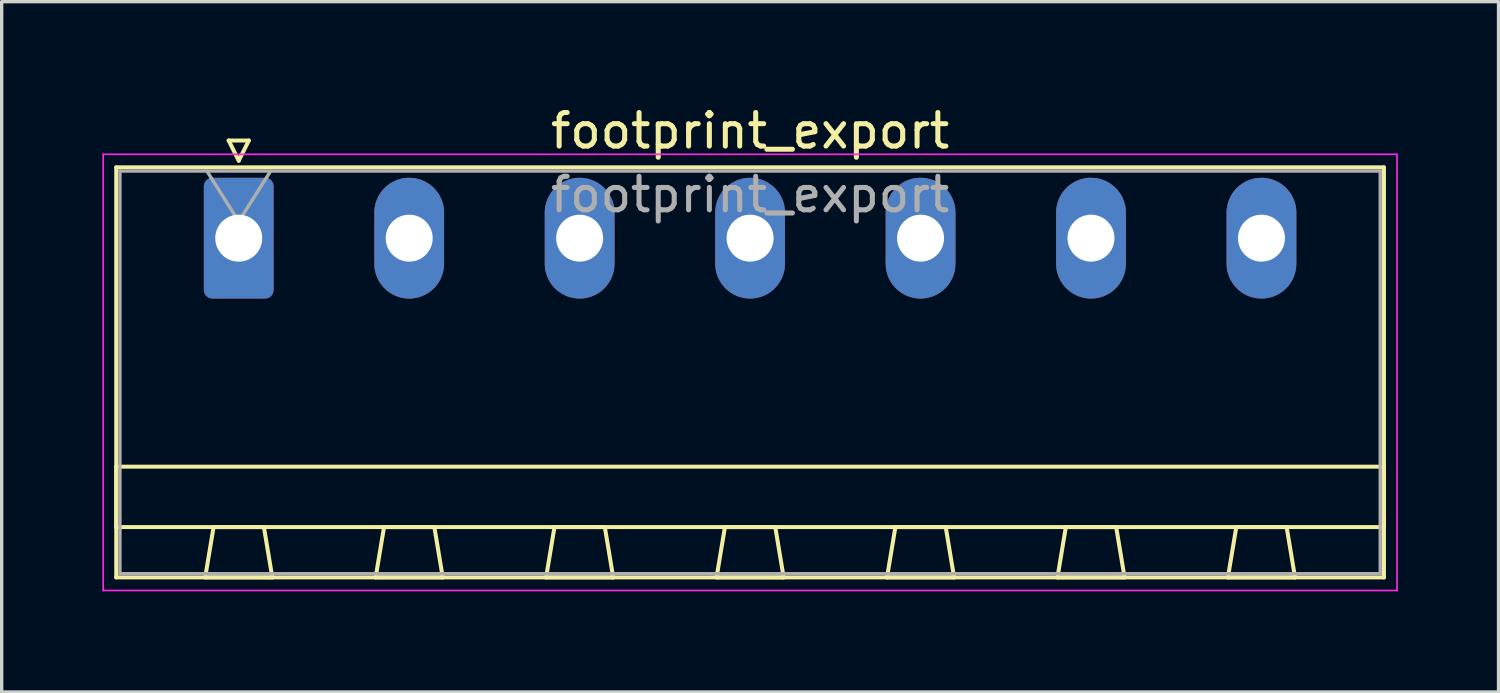
<source format=kicad_pcb>
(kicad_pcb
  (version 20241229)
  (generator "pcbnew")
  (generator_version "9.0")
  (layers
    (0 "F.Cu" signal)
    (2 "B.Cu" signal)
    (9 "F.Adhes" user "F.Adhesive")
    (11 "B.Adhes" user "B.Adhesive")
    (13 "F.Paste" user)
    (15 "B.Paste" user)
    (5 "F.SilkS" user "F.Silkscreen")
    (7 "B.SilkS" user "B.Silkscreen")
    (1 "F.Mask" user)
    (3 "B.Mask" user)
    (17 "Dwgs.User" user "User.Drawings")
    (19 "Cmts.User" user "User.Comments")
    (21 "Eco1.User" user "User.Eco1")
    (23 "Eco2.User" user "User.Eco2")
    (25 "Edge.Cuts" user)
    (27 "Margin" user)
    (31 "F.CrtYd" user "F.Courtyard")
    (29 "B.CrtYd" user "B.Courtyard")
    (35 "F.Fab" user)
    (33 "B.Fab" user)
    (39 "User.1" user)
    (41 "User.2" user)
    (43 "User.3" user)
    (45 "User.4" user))
  (footprint "footprint_export"
    (layer "F.Cu")
    (at 4.065 4.048)
    (property "Reference" "footprint_export" (at 15.24 -3.2 0) (layer "F.SilkS") (effects (font (size 1 1) (thickness 0.15))))
    (attr through_hole)
    (fp_line (start -3.65 -2.11) (end -3.65 10.11) (stroke (width 0.12) (type solid)) (layer "F.SilkS"))
    (fp_line (start -3.65 6.81) (end 34.13 6.81) (stroke (width 0.12) (type solid)) (layer "F.SilkS"))
    (fp_line (start -3.65 8.61) (end -3.65 6.81) (stroke (width 0.12) (type solid)) (layer "F.SilkS"))
    (fp_line (start -3.65 10.11) (end 34.13 10.11) (stroke (width 0.12) (type solid)) (layer "F.SilkS"))
    (fp_line (start -1 10.11) (end 1 10.11) (stroke (width 0.12) (type solid)) (layer "F.SilkS"))
    (fp_line (start -0.75 8.61) (end -1 10.11) (stroke (width 0.12) (type solid)) (layer "F.SilkS"))
    (fp_line (start -0.3 -2.91) (end 0.3 -2.91) (stroke (width 0.12) (type solid)) (layer "F.SilkS"))
    (fp_line (start 0 -2.31) (end -0.3 -2.91) (stroke (width 0.12) (type solid)) (layer "F.SilkS"))
    (fp_line (start 0.3 -2.91) (end 0 -2.31) (stroke (width 0.12) (type solid)) (layer "F.SilkS"))
    (fp_line (start 0.75 8.61) (end -0.75 8.61) (stroke (width 0.12) (type solid)) (layer "F.SilkS"))
    (fp_line (start 1 10.11) (end 0.75 8.61) (stroke (width 0.12) (type solid)) (layer "F.SilkS"))
    (fp_line (start 4.08 10.11) (end 6.08 10.11) (stroke (width 0.12) (type solid)) (layer "F.SilkS"))
    (fp_line (start 4.33 8.61) (end 4.08 10.11) (stroke (width 0.12) (type solid)) (layer "F.SilkS"))
    (fp_line (start 5.83 8.61) (end 4.33 8.61) (stroke (width 0.12) (type solid)) (layer "F.SilkS"))
    (fp_line (start 6.08 10.11) (end 5.83 8.61) (stroke (width 0.12) (type solid)) (layer "F.SilkS"))
    (fp_line (start 9.16 10.11) (end 11.16 10.11) (stroke (width 0.12) (type solid)) (layer "F.SilkS"))
    (fp_line (start 9.41 8.61) (end 9.16 10.11) (stroke (width 0.12) (type solid)) (layer "F.SilkS"))
    (fp_line (start 10.91 8.61) (end 9.41 8.61) (stroke (width 0.12) (type solid)) (layer "F.SilkS"))
    (fp_line (start 11.16 10.11) (end 10.91 8.61) (stroke (width 0.12) (type solid)) (layer "F.SilkS"))
    (fp_line (start 14.24 10.11) (end 16.24 10.11) (stroke (width 0.12) (type solid)) (layer "F.SilkS"))
    (fp_line (start 14.49 8.61) (end 14.24 10.11) (stroke (width 0.12) (type solid)) (layer "F.SilkS"))
    (fp_line (start 15.99 8.61) (end 14.49 8.61) (stroke (width 0.12) (type solid)) (layer "F.SilkS"))
    (fp_line (start 16.24 10.11) (end 15.99 8.61) (stroke (width 0.12) (type solid)) (layer "F.SilkS"))
    (fp_line (start 19.32 10.11) (end 21.32 10.11) (stroke (width 0.12) (type solid)) (layer "F.SilkS"))
    (fp_line (start 19.57 8.61) (end 19.32 10.11) (stroke (width 0.12) (type solid)) (layer "F.SilkS"))
    (fp_line (start 21.07 8.61) (end 19.57 8.61) (stroke (width 0.12) (type solid)) (layer "F.SilkS"))
    (fp_line (start 21.32 10.11) (end 21.07 8.61) (stroke (width 0.12) (type solid)) (layer "F.SilkS"))
    (fp_line (start 24.4 10.11) (end 26.4 10.11) (stroke (width 0.12) (type solid)) (layer "F.SilkS"))
    (fp_line (start 24.65 8.61) (end 24.4 10.11) (stroke (width 0.12) (type solid)) (layer "F.SilkS"))
    (fp_line (start 26.15 8.61) (end 24.65 8.61) (stroke (width 0.12) (type solid)) (layer "F.SilkS"))
    (fp_line (start 26.4 10.11) (end 26.15 8.61) (stroke (width 0.12) (type solid)) (layer "F.SilkS"))
    (fp_line (start 29.48 10.11) (end 31.48 10.11) (stroke (width 0.12) (type solid)) (layer "F.SilkS"))
    (fp_line (start 29.73 8.61) (end 29.48 10.11) (stroke (width 0.12) (type solid)) (layer "F.SilkS"))
    (fp_line (start 31.23 8.61) (end 29.73 8.61) (stroke (width 0.12) (type solid)) (layer "F.SilkS"))
    (fp_line (start 31.48 10.11) (end 31.23 8.61) (stroke (width 0.12) (type solid)) (layer "F.SilkS"))
    (fp_line (start 34.13 -2.11) (end -3.65 -2.11) (stroke (width 0.12) (type solid)) (layer "F.SilkS"))
    (fp_line (start 34.13 6.81) (end 34.13 8.61) (stroke (width 0.12) (type solid)) (layer "F.SilkS"))
    (fp_line (start 34.13 8.61) (end -3.65 8.61) (stroke (width 0.12) (type solid)) (layer "F.SilkS"))
    (fp_line (start 34.13 10.11) (end 34.13 -2.11) (stroke (width 0.12) (type solid)) (layer "F.SilkS"))
    (fp_line (start -4.04 -2.5) (end -4.04 10.5) (stroke (width 0.05) (type solid)) (layer "F.CrtYd"))
    (fp_line (start -4.04 10.5) (end 34.52 10.5) (stroke (width 0.05) (type solid)) (layer "F.CrtYd"))
    (fp_line (start 34.52 -2.5) (end -4.04 -2.5) (stroke (width 0.05) (type solid)) (layer "F.CrtYd"))
    (fp_line (start 34.52 10.5) (end 34.52 -2.5) (stroke (width 0.05) (type solid)) (layer "F.CrtYd"))
    (fp_line (start -3.54 -2) (end -3.54 10) (stroke (width 0.1) (type solid)) (layer "F.Fab"))
    (fp_line (start -3.54 10) (end 34.02 10) (stroke (width 0.1) (type solid)) (layer "F.Fab"))
    (fp_line (start 0 -0.5) (end -0.95 -2) (stroke (width 0.1) (type solid)) (layer "F.Fab"))
    (fp_line (start 0.95 -2) (end 0 -0.5) (stroke (width 0.1) (type solid)) (layer "F.Fab"))
    (fp_line (start 34.02 -2) (end -3.54 -2) (stroke (width 0.1) (type solid)) (layer "F.Fab"))
    (fp_line (start 34.02 10) (end 34.02 -2) (stroke (width 0.1) (type solid)) (layer "F.Fab"))
    (fp_text user "${REFERENCE}" (at 15.24 -1.3 0) (layer "F.Fab") (effects (font (size 1 1) (thickness 0.15))))
    (pad "1" thru_hole roundrect (at 0 0) (size 2.08 3.6) (drill 1.4) (layers "*.Cu" "*.Mask") (roundrect_rratio 0.12))
    (pad "2" thru_hole oval (at 5.08 0) (size 2.08 3.6) (drill 1.4) (layers "*.Cu" "*.Mask"))
    (pad "3" thru_hole oval (at 10.16 0) (size 2.08 3.6) (drill 1.4) (layers "*.Cu" "*.Mask"))
    (pad "4" thru_hole oval (at 15.24 0) (size 2.08 3.6) (drill 1.4) (layers "*.Cu" "*.Mask"))
    (pad "5" thru_hole oval (at 20.32 0) (size 2.08 3.6) (drill 1.4) (layers "*.Cu" "*.Mask"))
    (pad "6" thru_hole oval (at 25.4 0) (size 2.08 3.6) (drill 1.4) (layers "*.Cu" "*.Mask"))
    (pad "7" thru_hole oval (at 30.48 0) (size 2.08 3.6) (drill 1.4) (layers "*.Cu" "*.Mask")))
  (gr_rect
    (start -3 -3)
    (end 41.61 17.573)
    (stroke (width 0.1) (type default))
    (fill no)
    (layer "Edge.Cuts")))
</source>
